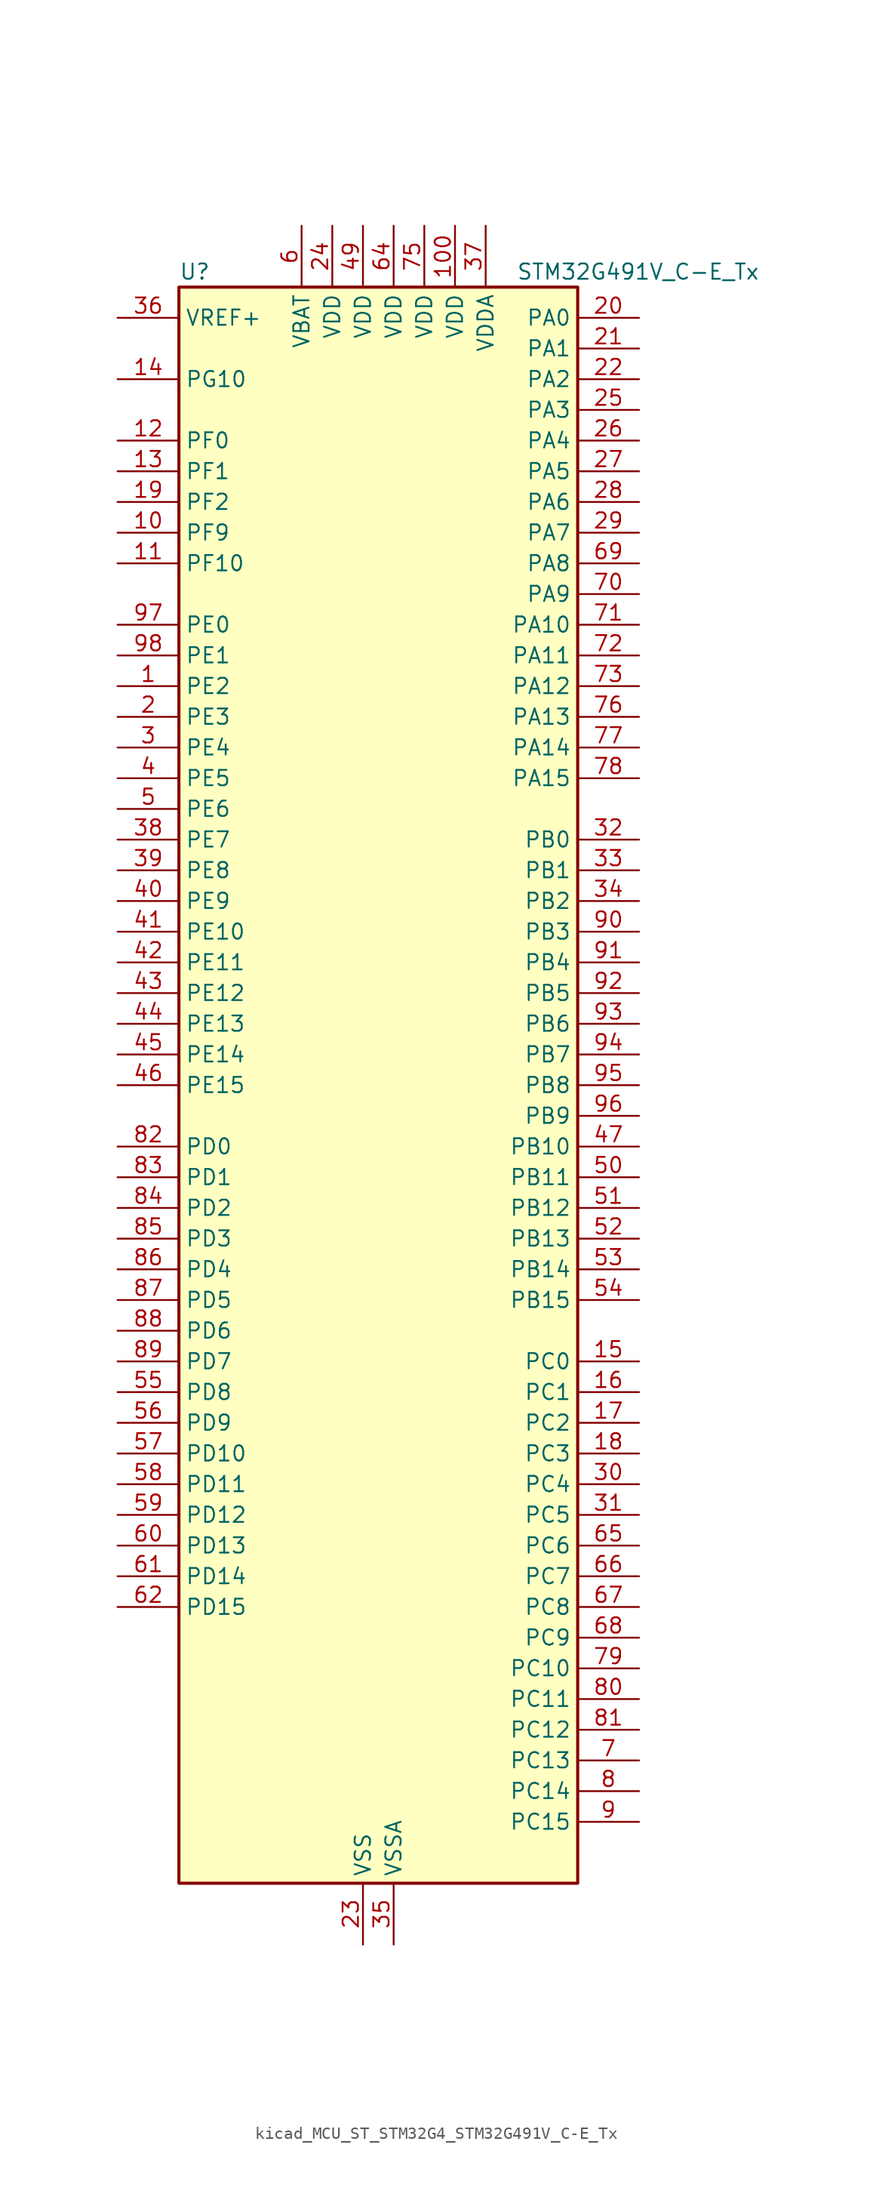
<source format=kicad_sym>
(kicad_symbol_lib
  (version 20220914)
  (generator kicad_symbol_editor)
  (symbol "kicad_MCU_ST_STM32G4_STM32G491V_C-E_Tx"
    (property "Reference" "U"
      (at -15.24 67.31 0)
      (effects (font (size 1.27 1.27)) (justify left)))
    (property "Value" "STM32G491V_C-E_Tx"
      (at 12.7 67.31 0)
      (effects (font (size 1.27 1.27)) (justify left)))
    (property "ki_locked" ""
      (at 0 0 0)
      (effects (font (size 1.27 1.27))))
    (symbol "kicad_MCU_ST_STM32G4_STM32G491V_C-E_Tx_0_1"
      (rectangle (start -15.24 -66.04) (end 17.78 66.04) (stroke (width 0.254) (type default)) (fill (type background))))
    (symbol "kicad_MCU_ST_STM32G4_STM32G491V_C-E_Tx_1_1"
      (pin bidirectional line (at -20.32 33.02 0) (length 5.08) (name "PE2" (effects (font (size 1.27 1.27)))) (number "1" (effects (font (size 1.27 1.27)))) (alternate "ADC3_EXTI2" bidirectional line) (alternate "SAI1_CK1" bidirectional line) (alternate "SAI1_MCLK_A" bidirectional line) (alternate "SYS_TRACECLK" bidirectional line) (alternate "TIM20_CH1" bidirectional line) (alternate "TIM3_CH1" bidirectional line))
      (pin bidirectional line (at -20.32 45.72 0) (length 5.08) (name "PF9" (effects (font (size 1.27 1.27)))) (number "10" (effects (font (size 1.27 1.27)))) (alternate "DAC1_EXTI9" bidirectional line) (alternate "DAC3_EXTI9" bidirectional line) (alternate "QUADSPI1_BK1_IO1" bidirectional line) (alternate "SAI1_FS_B" bidirectional line) (alternate "SPI2_SCK" bidirectional line) (alternate "TIM15_CH1" bidirectional line) (alternate "TIM20_BKIN" bidirectional line))
      (pin power_in line (at 7.62 71.12 270) (length 5.08) (name "VDD" (effects (font (size 1.27 1.27)))) (number "100" (effects (font (size 1.27 1.27)))))
      (pin bidirectional line (at -20.32 43.18 0) (length 5.08) (name "PF10" (effects (font (size 1.27 1.27)))) (number "11" (effects (font (size 1.27 1.27)))) (alternate "DAC1_EXTI10" bidirectional line) (alternate "DAC3_EXTI10" bidirectional line) (alternate "QUADSPI1_CLK" bidirectional line) (alternate "SAI1_D3" bidirectional line) (alternate "SPI2_SCK" bidirectional line) (alternate "TIM15_CH2" bidirectional line) (alternate "TIM20_BKIN2" bidirectional line))
      (pin bidirectional line (at -20.32 53.34 0) (length 5.08) (name "PF0" (effects (font (size 1.27 1.27)))) (number "12" (effects (font (size 1.27 1.27)))) (alternate "ADC1_IN10" bidirectional line) (alternate "I2C2_SDA" bidirectional line) (alternate "I2S2_WS" bidirectional line) (alternate "RCC_OSC_IN" bidirectional line) (alternate "SPI2_NSS" bidirectional line) (alternate "TIM1_CH3N" bidirectional line))
      (pin bidirectional line (at -20.32 50.8 0) (length 5.08) (name "PF1" (effects (font (size 1.27 1.27)))) (number "13" (effects (font (size 1.27 1.27)))) (alternate "ADC2_IN10" bidirectional line) (alternate "COMP3_INM" bidirectional line) (alternate "I2S2_CK" bidirectional line) (alternate "RCC_OSC_OUT" bidirectional line) (alternate "SPI2_SCK" bidirectional line))
      (pin bidirectional line (at -20.32 58.42 0) (length 5.08) (name "PG10" (effects (font (size 1.27 1.27)))) (number "14" (effects (font (size 1.27 1.27)))) (alternate "DAC1_EXTI10" bidirectional line) (alternate "DAC3_EXTI10" bidirectional line) (alternate "RCC_MCO" bidirectional line))
      (pin bidirectional line (at 22.86 -22.86 180) (length 5.08) (name "PC0" (effects (font (size 1.27 1.27)))) (number "15" (effects (font (size 1.27 1.27)))) (alternate "ADC1_IN6" bidirectional line) (alternate "ADC2_IN6" bidirectional line) (alternate "COMP3_INM" bidirectional line) (alternate "LPTIM1_IN1" bidirectional line) (alternate "LPUART1_RX" bidirectional line) (alternate "TIM1_CH1" bidirectional line))
      (pin bidirectional line (at 22.86 -25.4 180) (length 5.08) (name "PC1" (effects (font (size 1.27 1.27)))) (number "16" (effects (font (size 1.27 1.27)))) (alternate "ADC1_IN7" bidirectional line) (alternate "ADC2_IN7" bidirectional line) (alternate "COMP3_INP" bidirectional line) (alternate "LPTIM1_OUT" bidirectional line) (alternate "LPUART1_TX" bidirectional line) (alternate "QUADSPI1_BK2_IO0" bidirectional line) (alternate "SAI1_SD_A" bidirectional line) (alternate "TIM1_CH2" bidirectional line))
      (pin bidirectional line (at 22.86 -27.94 180) (length 5.08) (name "PC2" (effects (font (size 1.27 1.27)))) (number "17" (effects (font (size 1.27 1.27)))) (alternate "ADC1_IN8" bidirectional line) (alternate "ADC2_IN8" bidirectional line) (alternate "ADC3_EXTI2" bidirectional line) (alternate "COMP3_OUT" bidirectional line) (alternate "LPTIM1_IN2" bidirectional line) (alternate "QUADSPI1_BK2_IO1" bidirectional line) (alternate "TIM1_CH3" bidirectional line) (alternate "TIM20_CH2" bidirectional line))
      (pin bidirectional line (at 22.86 -30.48 180) (length 5.08) (name "PC3" (effects (font (size 1.27 1.27)))) (number "18" (effects (font (size 1.27 1.27)))) (alternate "ADC1_IN9" bidirectional line) (alternate "ADC2_IN9" bidirectional line) (alternate "ADC3_EXTI3" bidirectional line) (alternate "LPTIM1_ETR" bidirectional line) (alternate "QUADSPI1_BK2_IO2" bidirectional line) (alternate "SAI1_D1" bidirectional line) (alternate "SAI1_SD_A" bidirectional line) (alternate "TIM1_BKIN2" bidirectional line) (alternate "TIM1_CH4" bidirectional line))
      (pin bidirectional line (at -20.32 48.26 0) (length 5.08) (name "PF2" (effects (font (size 1.27 1.27)))) (number "19" (effects (font (size 1.27 1.27)))) (alternate "ADC3_EXTI2" bidirectional line) (alternate "I2C2_SMBA" bidirectional line) (alternate "TIM20_CH3" bidirectional line))
      (pin bidirectional line (at -20.32 30.48 0) (length 5.08) (name "PE3" (effects (font (size 1.27 1.27)))) (number "2" (effects (font (size 1.27 1.27)))) (alternate "ADC3_EXTI3" bidirectional line) (alternate "SAI1_SD_B" bidirectional line) (alternate "SYS_TRACED0" bidirectional line) (alternate "TIM20_CH2" bidirectional line) (alternate "TIM3_CH2" bidirectional line))
      (pin bidirectional line (at 22.86 63.5 180) (length 5.08) (name "PA0" (effects (font (size 1.27 1.27)))) (number "20" (effects (font (size 1.27 1.27)))) (alternate "ADC1_IN1" bidirectional line) (alternate "ADC2_IN1" bidirectional line) (alternate "COMP1_INM" bidirectional line) (alternate "COMP1_OUT" bidirectional line) (alternate "COMP3_INP" bidirectional line) (alternate "RTC_TAMP2" bidirectional line) (alternate "SYS_WKUP1" bidirectional line) (alternate "TIM2_CH1" bidirectional line) (alternate "TIM2_ETR" bidirectional line) (alternate "TIM8_BKIN" bidirectional line) (alternate "TIM8_ETR" bidirectional line) (alternate "USART2_CTS" bidirectional line) (alternate "USART2_NSS" bidirectional line))
      (pin bidirectional line (at 22.86 60.96 180) (length 5.08) (name "PA1" (effects (font (size 1.27 1.27)))) (number "21" (effects (font (size 1.27 1.27)))) (alternate "ADC1_IN2" bidirectional line) (alternate "ADC2_IN2" bidirectional line) (alternate "COMP1_INP" bidirectional line) (alternate "OPAMP1_VINP" bidirectional line) (alternate "OPAMP1_VINP_SEC" bidirectional line) (alternate "OPAMP3_VINP" bidirectional line) (alternate "OPAMP3_VINP_SEC" bidirectional line) (alternate "OPAMP6_VINM" bidirectional line) (alternate "OPAMP6_VINM0" bidirectional line) (alternate "OPAMP6_VINM_SEC" bidirectional line) (alternate "RTC_REFIN" bidirectional line) (alternate "TIM15_CH1N" bidirectional line) (alternate "TIM2_CH2" bidirectional line) (alternate "USART2_DE" bidirectional line) (alternate "USART2_RTS" bidirectional line))
      (pin bidirectional line (at 22.86 58.42 180) (length 5.08) (name "PA2" (effects (font (size 1.27 1.27)))) (number "22" (effects (font (size 1.27 1.27)))) (alternate "ADC1_IN3" bidirectional line) (alternate "ADC3_EXTI2" bidirectional line) (alternate "COMP2_INM" bidirectional line) (alternate "COMP2_OUT" bidirectional line) (alternate "LPUART1_TX" bidirectional line) (alternate "OPAMP1_VOUT" bidirectional line) (alternate "QUADSPI1_BK1_NCS" bidirectional line) (alternate "RCC_LSCO" bidirectional line) (alternate "SYS_WKUP4" bidirectional line) (alternate "TIM15_CH1" bidirectional line) (alternate "TIM2_CH3" bidirectional line) (alternate "UCPD1_FRSTX1" bidirectional line) (alternate "UCPD1_FRSTX2" bidirectional line) (alternate "USART2_TX" bidirectional line))
      (pin power_in line (at 0 -71.12 90) (length 5.08) (name "VSS" (effects (font (size 1.27 1.27)))) (number "23" (effects (font (size 1.27 1.27)))))
      (pin power_in line (at -2.54 71.12 270) (length 5.08) (name "VDD" (effects (font (size 1.27 1.27)))) (number "24" (effects (font (size 1.27 1.27)))))
      (pin bidirectional line (at 22.86 55.88 180) (length 5.08) (name "PA3" (effects (font (size 1.27 1.27)))) (number "25" (effects (font (size 1.27 1.27)))) (alternate "ADC1_IN4" bidirectional line) (alternate "ADC3_EXTI3" bidirectional line) (alternate "COMP2_INP" bidirectional line) (alternate "LPUART1_RX" bidirectional line) (alternate "OPAMP1_VINM" bidirectional line) (alternate "OPAMP1_VINM0" bidirectional line) (alternate "OPAMP1_VINM_SEC" bidirectional line) (alternate "OPAMP1_VINP" bidirectional line) (alternate "OPAMP1_VINP_SEC" bidirectional line) (alternate "QUADSPI1_CLK" bidirectional line) (alternate "SAI1_CK1" bidirectional line) (alternate "SAI1_MCLK_A" bidirectional line) (alternate "TIM15_CH2" bidirectional line) (alternate "TIM2_CH4" bidirectional line) (alternate "USART2_RX" bidirectional line))
      (pin bidirectional line (at 22.86 53.34 180) (length 5.08) (name "PA4" (effects (font (size 1.27 1.27)))) (number "26" (effects (font (size 1.27 1.27)))) (alternate "ADC2_IN17" bidirectional line) (alternate "COMP1_INM" bidirectional line) (alternate "DAC1_OUT1" bidirectional line) (alternate "I2S3_WS" bidirectional line) (alternate "SAI1_FS_B" bidirectional line) (alternate "SPI1_NSS" bidirectional line) (alternate "SPI3_NSS" bidirectional line) (alternate "TIM3_CH2" bidirectional line) (alternate "USART2_CK" bidirectional line))
      (pin bidirectional line (at 22.86 50.8 180) (length 5.08) (name "PA5" (effects (font (size 1.27 1.27)))) (number "27" (effects (font (size 1.27 1.27)))) (alternate "ADC2_IN13" bidirectional line) (alternate "COMP2_INM" bidirectional line) (alternate "DAC1_OUT2" bidirectional line) (alternate "OPAMP2_VINM" bidirectional line) (alternate "OPAMP2_VINM0" bidirectional line) (alternate "OPAMP2_VINM_SEC" bidirectional line) (alternate "SPI1_SCK" bidirectional line) (alternate "TIM2_CH1" bidirectional line) (alternate "TIM2_ETR" bidirectional line) (alternate "UCPD1_FRSTX1" bidirectional line) (alternate "UCPD1_FRSTX2" bidirectional line))
      (pin bidirectional line (at 22.86 48.26 180) (length 5.08) (name "PA6" (effects (font (size 1.27 1.27)))) (number "28" (effects (font (size 1.27 1.27)))) (alternate "ADC2_IN3" bidirectional line) (alternate "COMP1_OUT" bidirectional line) (alternate "LPUART1_CTS" bidirectional line) (alternate "OPAMP2_VOUT" bidirectional line) (alternate "QUADSPI1_BK1_IO3" bidirectional line) (alternate "SPI1_MISO" bidirectional line) (alternate "TIM16_CH1" bidirectional line) (alternate "TIM1_BKIN" bidirectional line) (alternate "TIM3_CH1" bidirectional line) (alternate "TIM8_BKIN" bidirectional line))
      (pin bidirectional line (at 22.86 45.72 180) (length 5.08) (name "PA7" (effects (font (size 1.27 1.27)))) (number "29" (effects (font (size 1.27 1.27)))) (alternate "ADC2_IN4" bidirectional line) (alternate "COMP2_INP" bidirectional line) (alternate "COMP2_OUT" bidirectional line) (alternate "OPAMP1_VINP" bidirectional line) (alternate "OPAMP1_VINP_SEC" bidirectional line) (alternate "OPAMP2_VINP" bidirectional line) (alternate "OPAMP2_VINP_SEC" bidirectional line) (alternate "QUADSPI1_BK1_IO2" bidirectional line) (alternate "SPI1_MOSI" bidirectional line) (alternate "TIM17_CH1" bidirectional line) (alternate "TIM1_CH1N" bidirectional line) (alternate "TIM3_CH2" bidirectional line) (alternate "TIM8_CH1N" bidirectional line) (alternate "UCPD1_FRSTX1" bidirectional line) (alternate "UCPD1_FRSTX2" bidirectional line))
      (pin bidirectional line (at -20.32 27.94 0) (length 5.08) (name "PE4" (effects (font (size 1.27 1.27)))) (number "3" (effects (font (size 1.27 1.27)))) (alternate "SAI1_D2" bidirectional line) (alternate "SAI1_FS_A" bidirectional line) (alternate "SYS_TRACED1" bidirectional line) (alternate "TIM20_CH1N" bidirectional line) (alternate "TIM3_CH3" bidirectional line))
      (pin bidirectional line (at 22.86 -33.02 180) (length 5.08) (name "PC4" (effects (font (size 1.27 1.27)))) (number "30" (effects (font (size 1.27 1.27)))) (alternate "ADC2_IN5" bidirectional line) (alternate "I2C2_SCL" bidirectional line) (alternate "QUADSPI1_BK2_IO3" bidirectional line) (alternate "TIM1_ETR" bidirectional line) (alternate "USART1_TX" bidirectional line))
      (pin bidirectional line (at 22.86 -35.56 180) (length 5.08) (name "PC5" (effects (font (size 1.27 1.27)))) (number "31" (effects (font (size 1.27 1.27)))) (alternate "ADC2_IN11" bidirectional line) (alternate "OPAMP1_VINM" bidirectional line) (alternate "OPAMP1_VINM1" bidirectional line) (alternate "OPAMP1_VINM_SEC" bidirectional line) (alternate "OPAMP2_VINM" bidirectional line) (alternate "OPAMP2_VINM1" bidirectional line) (alternate "OPAMP2_VINM_SEC" bidirectional line) (alternate "SAI1_D3" bidirectional line) (alternate "SYS_WKUP5" bidirectional line) (alternate "TIM15_BKIN" bidirectional line) (alternate "TIM1_CH4N" bidirectional line) (alternate "USART1_RX" bidirectional line))
      (pin bidirectional line (at 22.86 20.32 180) (length 5.08) (name "PB0" (effects (font (size 1.27 1.27)))) (number "32" (effects (font (size 1.27 1.27)))) (alternate "ADC1_IN15" bidirectional line) (alternate "ADC3_IN12" bidirectional line) (alternate "COMP4_INP" bidirectional line) (alternate "OPAMP2_VINP" bidirectional line) (alternate "OPAMP2_VINP_SEC" bidirectional line) (alternate "OPAMP3_VINP" bidirectional line) (alternate "OPAMP3_VINP_SEC" bidirectional line) (alternate "QUADSPI1_BK1_IO1" bidirectional line) (alternate "TIM1_CH2N" bidirectional line) (alternate "TIM3_CH3" bidirectional line) (alternate "TIM8_CH2N" bidirectional line) (alternate "UCPD1_FRSTX1" bidirectional line) (alternate "UCPD1_FRSTX2" bidirectional line))
      (pin bidirectional line (at 22.86 17.78 180) (length 5.08) (name "PB1" (effects (font (size 1.27 1.27)))) (number "33" (effects (font (size 1.27 1.27)))) (alternate "ADC1_IN12" bidirectional line) (alternate "ADC3_IN1" bidirectional line) (alternate "COMP1_INP" bidirectional line) (alternate "COMP4_OUT" bidirectional line) (alternate "LPUART1_DE" bidirectional line) (alternate "LPUART1_RTS" bidirectional line) (alternate "OPAMP3_VOUT" bidirectional line) (alternate "OPAMP6_VINM" bidirectional line) (alternate "OPAMP6_VINM1" bidirectional line) (alternate "OPAMP6_VINM_SEC" bidirectional line) (alternate "QUADSPI1_BK1_IO0" bidirectional line) (alternate "TIM1_CH3N" bidirectional line) (alternate "TIM3_CH4" bidirectional line) (alternate "TIM8_CH3N" bidirectional line))
      (pin bidirectional line (at 22.86 15.24 180) (length 5.08) (name "PB2" (effects (font (size 1.27 1.27)))) (number "34" (effects (font (size 1.27 1.27)))) (alternate "ADC2_IN12" bidirectional line) (alternate "ADC3_EXTI2" bidirectional line) (alternate "COMP4_INM" bidirectional line) (alternate "I2C3_SMBA" bidirectional line) (alternate "LPTIM1_OUT" bidirectional line) (alternate "OPAMP3_VINM" bidirectional line) (alternate "OPAMP3_VINM0" bidirectional line) (alternate "OPAMP3_VINM_SEC" bidirectional line) (alternate "QUADSPI1_BK2_IO1" bidirectional line) (alternate "RTC_OUT2" bidirectional line) (alternate "TIM20_CH1" bidirectional line))
      (pin power_in line (at 2.54 -71.12 90) (length 5.08) (name "VSSA" (effects (font (size 1.27 1.27)))) (number "35" (effects (font (size 1.27 1.27)))))
      (pin input line (at -20.32 63.5 0) (length 5.08) (name "VREF+" (effects (font (size 1.27 1.27)))) (number "36" (effects (font (size 1.27 1.27)))) (alternate "VREFBUF_OUT" bidirectional line))
      (pin power_in line (at 10.16 71.12 270) (length 5.08) (name "VDDA" (effects (font (size 1.27 1.27)))) (number "37" (effects (font (size 1.27 1.27)))))
      (pin bidirectional line (at -20.32 20.32 0) (length 5.08) (name "PE7" (effects (font (size 1.27 1.27)))) (number "38" (effects (font (size 1.27 1.27)))) (alternate "ADC3_IN4" bidirectional line) (alternate "COMP4_INP" bidirectional line) (alternate "SAI1_SD_B" bidirectional line) (alternate "TIM1_ETR" bidirectional line))
      (pin bidirectional line (at -20.32 17.78 0) (length 5.08) (name "PE8" (effects (font (size 1.27 1.27)))) (number "39" (effects (font (size 1.27 1.27)))) (alternate "ADC3_IN6" bidirectional line) (alternate "COMP4_INM" bidirectional line) (alternate "SAI1_SCK_B" bidirectional line) (alternate "TIM1_CH1N" bidirectional line))
      (pin bidirectional line (at -20.32 25.4 0) (length 5.08) (name "PE5" (effects (font (size 1.27 1.27)))) (number "4" (effects (font (size 1.27 1.27)))) (alternate "SAI1_CK2" bidirectional line) (alternate "SAI1_SCK_A" bidirectional line) (alternate "SYS_TRACED2" bidirectional line) (alternate "TIM20_CH2N" bidirectional line) (alternate "TIM3_CH4" bidirectional line))
      (pin bidirectional line (at -20.32 15.24 0) (length 5.08) (name "PE9" (effects (font (size 1.27 1.27)))) (number "40" (effects (font (size 1.27 1.27)))) (alternate "ADC3_IN2" bidirectional line) (alternate "DAC1_EXTI9" bidirectional line) (alternate "DAC3_EXTI9" bidirectional line) (alternate "SAI1_FS_B" bidirectional line) (alternate "TIM1_CH1" bidirectional line))
      (pin bidirectional line (at -20.32 12.7 0) (length 5.08) (name "PE10" (effects (font (size 1.27 1.27)))) (number "41" (effects (font (size 1.27 1.27)))) (alternate "ADC3_IN14" bidirectional line) (alternate "DAC1_EXTI10" bidirectional line) (alternate "DAC3_EXTI10" bidirectional line) (alternate "QUADSPI1_CLK" bidirectional line) (alternate "SAI1_MCLK_B" bidirectional line) (alternate "TIM1_CH2N" bidirectional line))
      (pin bidirectional line (at -20.32 10.16 0) (length 5.08) (name "PE11" (effects (font (size 1.27 1.27)))) (number "42" (effects (font (size 1.27 1.27)))) (alternate "ADC1_EXTI11" bidirectional line) (alternate "ADC2_EXTI11" bidirectional line) (alternate "ADC3_IN15" bidirectional line) (alternate "QUADSPI1_BK1_NCS" bidirectional line) (alternate "TIM1_CH2" bidirectional line))
      (pin bidirectional line (at -20.32 7.62 0) (length 5.08) (name "PE12" (effects (font (size 1.27 1.27)))) (number "43" (effects (font (size 1.27 1.27)))) (alternate "ADC3_IN16" bidirectional line) (alternate "QUADSPI1_BK1_IO0" bidirectional line) (alternate "TIM1_CH3N" bidirectional line))
      (pin bidirectional line (at -20.32 5.08 0) (length 5.08) (name "PE13" (effects (font (size 1.27 1.27)))) (number "44" (effects (font (size 1.27 1.27)))) (alternate "ADC3_IN3" bidirectional line) (alternate "QUADSPI1_BK1_IO1" bidirectional line) (alternate "TIM1_CH3" bidirectional line))
      (pin bidirectional line (at -20.32 2.54 0) (length 5.08) (name "PE14" (effects (font (size 1.27 1.27)))) (number "45" (effects (font (size 1.27 1.27)))) (alternate "QUADSPI1_BK1_IO2" bidirectional line) (alternate "TIM1_BKIN2" bidirectional line) (alternate "TIM1_CH4" bidirectional line))
      (pin bidirectional line (at -20.32 0 0) (length 5.08) (name "PE15" (effects (font (size 1.27 1.27)))) (number "46" (effects (font (size 1.27 1.27)))) (alternate "ADC1_EXTI15" bidirectional line) (alternate "ADC2_EXTI15" bidirectional line) (alternate "QUADSPI1_BK1_IO3" bidirectional line) (alternate "TIM1_BKIN" bidirectional line) (alternate "TIM1_CH4N" bidirectional line) (alternate "USART3_RX" bidirectional line))
      (pin bidirectional line (at 22.86 -5.08 180) (length 5.08) (name "PB10" (effects (font (size 1.27 1.27)))) (number "47" (effects (font (size 1.27 1.27)))) (alternate "DAC1_EXTI10" bidirectional line) (alternate "DAC3_EXTI10" bidirectional line) (alternate "LPUART1_RX" bidirectional line) (alternate "OPAMP3_VINM" bidirectional line) (alternate "OPAMP3_VINM1" bidirectional line) (alternate "OPAMP3_VINM_SEC" bidirectional line) (alternate "QUADSPI1_CLK" bidirectional line) (alternate "SAI1_SCK_A" bidirectional line) (alternate "TIM1_BKIN" bidirectional line) (alternate "TIM2_CH3" bidirectional line) (alternate "USART3_TX" bidirectional line))
      (pin passive line (at 0 -71.12 90) (length 5.08) hide (name "VSS" (effects (font (size 1.27 1.27)))) (number "48" (effects (font (size 1.27 1.27)))))
      (pin power_in line (at 0 71.12 270) (length 5.08) (name "VDD" (effects (font (size 1.27 1.27)))) (number "49" (effects (font (size 1.27 1.27)))))
      (pin bidirectional line (at -20.32 22.86 0) (length 5.08) (name "PE6" (effects (font (size 1.27 1.27)))) (number "5" (effects (font (size 1.27 1.27)))) (alternate "RTC_TAMP3" bidirectional line) (alternate "SAI1_D1" bidirectional line) (alternate "SAI1_SD_A" bidirectional line) (alternate "SYS_TRACED3" bidirectional line) (alternate "SYS_WKUP3" bidirectional line) (alternate "TIM20_CH3N" bidirectional line))
      (pin bidirectional line (at 22.86 -7.62 180) (length 5.08) (name "PB11" (effects (font (size 1.27 1.27)))) (number "50" (effects (font (size 1.27 1.27)))) (alternate "ADC1_EXTI11" bidirectional line) (alternate "ADC1_IN14" bidirectional line) (alternate "ADC2_EXTI11" bidirectional line) (alternate "ADC2_IN14" bidirectional line) (alternate "LPUART1_TX" bidirectional line) (alternate "OPAMP6_VOUT" bidirectional line) (alternate "QUADSPI1_BK1_NCS" bidirectional line) (alternate "TIM2_CH4" bidirectional line) (alternate "USART3_RX" bidirectional line))
      (pin bidirectional line (at 22.86 -10.16 180) (length 5.08) (name "PB12" (effects (font (size 1.27 1.27)))) (number "51" (effects (font (size 1.27 1.27)))) (alternate "ADC1_IN11" bidirectional line) (alternate "FDCAN2_RX" bidirectional line) (alternate "I2C2_SMBA" bidirectional line) (alternate "I2S2_WS" bidirectional line) (alternate "LPUART1_DE" bidirectional line) (alternate "LPUART1_RTS" bidirectional line) (alternate "OPAMP6_VINP" bidirectional line) (alternate "OPAMP6_VINP_SEC" bidirectional line) (alternate "SPI2_NSS" bidirectional line) (alternate "TIM1_BKIN" bidirectional line) (alternate "USART3_CK" bidirectional line))
      (pin bidirectional line (at 22.86 -12.7 180) (length 5.08) (name "PB13" (effects (font (size 1.27 1.27)))) (number "52" (effects (font (size 1.27 1.27)))) (alternate "ADC3_IN5" bidirectional line) (alternate "FDCAN2_TX" bidirectional line) (alternate "I2S2_CK" bidirectional line) (alternate "LPUART1_CTS" bidirectional line) (alternate "OPAMP3_VINP" bidirectional line) (alternate "OPAMP3_VINP_SEC" bidirectional line) (alternate "OPAMP6_VINP" bidirectional line) (alternate "OPAMP6_VINP_SEC" bidirectional line) (alternate "SPI2_SCK" bidirectional line) (alternate "TIM1_CH1N" bidirectional line) (alternate "USART3_CTS" bidirectional line) (alternate "USART3_NSS" bidirectional line))
      (pin bidirectional line (at 22.86 -15.24 180) (length 5.08) (name "PB14" (effects (font (size 1.27 1.27)))) (number "53" (effects (font (size 1.27 1.27)))) (alternate "ADC1_IN5" bidirectional line) (alternate "COMP4_OUT" bidirectional line) (alternate "OPAMP2_VINP" bidirectional line) (alternate "OPAMP2_VINP_SEC" bidirectional line) (alternate "SPI2_MISO" bidirectional line) (alternate "TIM15_CH1" bidirectional line) (alternate "TIM1_CH2N" bidirectional line) (alternate "USART3_DE" bidirectional line) (alternate "USART3_RTS" bidirectional line))
      (pin bidirectional line (at 22.86 -17.78 180) (length 5.08) (name "PB15" (effects (font (size 1.27 1.27)))) (number "54" (effects (font (size 1.27 1.27)))) (alternate "ADC1_EXTI15" bidirectional line) (alternate "ADC2_EXTI15" bidirectional line) (alternate "ADC2_IN15" bidirectional line) (alternate "COMP3_OUT" bidirectional line) (alternate "I2S2_SD" bidirectional line) (alternate "RTC_REFIN" bidirectional line) (alternate "SPI2_MOSI" bidirectional line) (alternate "TIM15_CH1N" bidirectional line) (alternate "TIM15_CH2" bidirectional line) (alternate "TIM1_CH3N" bidirectional line))
      (pin bidirectional line (at -20.32 -25.4 0) (length 5.08) (name "PD8" (effects (font (size 1.27 1.27)))) (number "55" (effects (font (size 1.27 1.27)))) (alternate "USART3_TX" bidirectional line))
      (pin bidirectional line (at -20.32 -27.94 0) (length 5.08) (name "PD9" (effects (font (size 1.27 1.27)))) (number "56" (effects (font (size 1.27 1.27)))) (alternate "DAC1_EXTI9" bidirectional line) (alternate "DAC3_EXTI9" bidirectional line) (alternate "OPAMP6_VINP" bidirectional line) (alternate "OPAMP6_VINP_SEC" bidirectional line) (alternate "USART3_RX" bidirectional line))
      (pin bidirectional line (at -20.32 -30.48 0) (length 5.08) (name "PD10" (effects (font (size 1.27 1.27)))) (number "57" (effects (font (size 1.27 1.27)))) (alternate "ADC3_IN7" bidirectional line) (alternate "DAC1_EXTI10" bidirectional line) (alternate "DAC3_EXTI10" bidirectional line) (alternate "USART3_CK" bidirectional line))
      (pin bidirectional line (at -20.32 -33.02 0) (length 5.08) (name "PD11" (effects (font (size 1.27 1.27)))) (number "58" (effects (font (size 1.27 1.27)))) (alternate "ADC1_EXTI11" bidirectional line) (alternate "ADC2_EXTI11" bidirectional line) (alternate "ADC3_IN8" bidirectional line) (alternate "USART3_CTS" bidirectional line) (alternate "USART3_NSS" bidirectional line))
      (pin bidirectional line (at -20.32 -35.56 0) (length 5.08) (name "PD12" (effects (font (size 1.27 1.27)))) (number "59" (effects (font (size 1.27 1.27)))) (alternate "ADC3_IN9" bidirectional line) (alternate "TIM4_CH1" bidirectional line) (alternate "USART3_DE" bidirectional line) (alternate "USART3_RTS" bidirectional line))
      (pin power_in line (at -5.08 71.12 270) (length 5.08) (name "VBAT" (effects (font (size 1.27 1.27)))) (number "6" (effects (font (size 1.27 1.27)))))
      (pin bidirectional line (at -20.32 -38.1 0) (length 5.08) (name "PD13" (effects (font (size 1.27 1.27)))) (number "60" (effects (font (size 1.27 1.27)))) (alternate "ADC3_IN10" bidirectional line) (alternate "TIM4_CH2" bidirectional line))
      (pin bidirectional line (at -20.32 -40.64 0) (length 5.08) (name "PD14" (effects (font (size 1.27 1.27)))) (number "61" (effects (font (size 1.27 1.27)))) (alternate "ADC3_IN11" bidirectional line) (alternate "OPAMP2_VINP" bidirectional line) (alternate "OPAMP2_VINP_SEC" bidirectional line) (alternate "TIM4_CH3" bidirectional line))
      (pin bidirectional line (at -20.32 -43.18 0) (length 5.08) (name "PD15" (effects (font (size 1.27 1.27)))) (number "62" (effects (font (size 1.27 1.27)))) (alternate "ADC1_EXTI15" bidirectional line) (alternate "ADC2_EXTI15" bidirectional line) (alternate "SPI2_NSS" bidirectional line) (alternate "TIM4_CH4" bidirectional line))
      (pin passive line (at 0 -71.12 90) (length 5.08) hide (name "VSS" (effects (font (size 1.27 1.27)))) (number "63" (effects (font (size 1.27 1.27)))))
      (pin power_in line (at 2.54 71.12 270) (length 5.08) (name "VDD" (effects (font (size 1.27 1.27)))) (number "64" (effects (font (size 1.27 1.27)))))
      (pin bidirectional line (at 22.86 -38.1 180) (length 5.08) (name "PC6" (effects (font (size 1.27 1.27)))) (number "65" (effects (font (size 1.27 1.27)))) (alternate "I2S2_MCK" bidirectional line) (alternate "TIM3_CH1" bidirectional line) (alternate "TIM8_CH1" bidirectional line))
      (pin bidirectional line (at 22.86 -40.64 180) (length 5.08) (name "PC7" (effects (font (size 1.27 1.27)))) (number "66" (effects (font (size 1.27 1.27)))) (alternate "I2S3_MCK" bidirectional line) (alternate "TIM3_CH2" bidirectional line) (alternate "TIM8_CH2" bidirectional line))
      (pin bidirectional line (at 22.86 -43.18 180) (length 5.08) (name "PC8" (effects (font (size 1.27 1.27)))) (number "67" (effects (font (size 1.27 1.27)))) (alternate "I2C3_SCL" bidirectional line) (alternate "TIM20_CH3" bidirectional line) (alternate "TIM3_CH3" bidirectional line) (alternate "TIM8_CH3" bidirectional line))
      (pin bidirectional line (at 22.86 -45.72 180) (length 5.08) (name "PC9" (effects (font (size 1.27 1.27)))) (number "68" (effects (font (size 1.27 1.27)))) (alternate "DAC1_EXTI9" bidirectional line) (alternate "DAC3_EXTI9" bidirectional line) (alternate "I2C3_SDA" bidirectional line) (alternate "I2S_CKIN" bidirectional line) (alternate "TIM3_CH4" bidirectional line) (alternate "TIM8_BKIN2" bidirectional line) (alternate "TIM8_CH4" bidirectional line))
      (pin bidirectional line (at 22.86 43.18 180) (length 5.08) (name "PA8" (effects (font (size 1.27 1.27)))) (number "69" (effects (font (size 1.27 1.27)))) (alternate "I2C2_SDA" bidirectional line) (alternate "I2C3_SCL" bidirectional line) (alternate "I2S2_MCK" bidirectional line) (alternate "RCC_MCO" bidirectional line) (alternate "SAI1_CK2" bidirectional line) (alternate "SAI1_SCK_A" bidirectional line) (alternate "TIM1_CH1" bidirectional line) (alternate "TIM4_ETR" bidirectional line) (alternate "USART1_CK" bidirectional line))
      (pin bidirectional line (at 22.86 -55.88 180) (length 5.08) (name "PC13" (effects (font (size 1.27 1.27)))) (number "7" (effects (font (size 1.27 1.27)))) (alternate "RTC_OUT1" bidirectional line) (alternate "RTC_TAMP1" bidirectional line) (alternate "RTC_TS" bidirectional line) (alternate "SYS_WKUP2" bidirectional line) (alternate "TIM1_BKIN" bidirectional line) (alternate "TIM1_CH1N" bidirectional line) (alternate "TIM8_CH4N" bidirectional line))
      (pin bidirectional line (at 22.86 40.64 180) (length 5.08) (name "PA9" (effects (font (size 1.27 1.27)))) (number "70" (effects (font (size 1.27 1.27)))) (alternate "DAC1_EXTI9" bidirectional line) (alternate "DAC3_EXTI9" bidirectional line) (alternate "I2C2_SCL" bidirectional line) (alternate "I2C3_SMBA" bidirectional line) (alternate "I2S3_MCK" bidirectional line) (alternate "SAI1_FS_A" bidirectional line) (alternate "TIM15_BKIN" bidirectional line) (alternate "TIM1_CH2" bidirectional line) (alternate "TIM2_CH3" bidirectional line) (alternate "UCPD1_DBCC1" bidirectional line) (alternate "USART1_TX" bidirectional line))
      (pin bidirectional line (at 22.86 38.1 180) (length 5.08) (name "PA10" (effects (font (size 1.27 1.27)))) (number "71" (effects (font (size 1.27 1.27)))) (alternate "CRS_SYNC" bidirectional line) (alternate "DAC1_EXTI10" bidirectional line) (alternate "DAC3_EXTI10" bidirectional line) (alternate "I2C2_SMBA" bidirectional line) (alternate "SAI1_D1" bidirectional line) (alternate "SAI1_SD_A" bidirectional line) (alternate "SPI2_MISO" bidirectional line) (alternate "TIM17_BKIN" bidirectional line) (alternate "TIM1_CH3" bidirectional line) (alternate "TIM2_CH4" bidirectional line) (alternate "TIM8_BKIN" bidirectional line) (alternate "UCPD1_DBCC2" bidirectional line) (alternate "USART1_RX" bidirectional line))
      (pin bidirectional line (at 22.86 35.56 180) (length 5.08) (name "PA11" (effects (font (size 1.27 1.27)))) (number "72" (effects (font (size 1.27 1.27)))) (alternate "ADC1_EXTI11" bidirectional line) (alternate "ADC2_EXTI11" bidirectional line) (alternate "COMP1_OUT" bidirectional line) (alternate "FDCAN1_RX" bidirectional line) (alternate "I2S2_SD" bidirectional line) (alternate "SPI2_MOSI" bidirectional line) (alternate "TIM1_BKIN2" bidirectional line) (alternate "TIM1_CH1N" bidirectional line) (alternate "TIM1_CH4" bidirectional line) (alternate "TIM4_CH1" bidirectional line) (alternate "USART1_CTS" bidirectional line) (alternate "USART1_NSS" bidirectional line) (alternate "USB_DM" bidirectional line))
      (pin bidirectional line (at 22.86 33.02 180) (length 5.08) (name "PA12" (effects (font (size 1.27 1.27)))) (number "73" (effects (font (size 1.27 1.27)))) (alternate "COMP2_OUT" bidirectional line) (alternate "FDCAN1_TX" bidirectional line) (alternate "I2S_CKIN" bidirectional line) (alternate "TIM16_CH1" bidirectional line) (alternate "TIM1_CH2N" bidirectional line) (alternate "TIM1_ETR" bidirectional line) (alternate "TIM4_CH2" bidirectional line) (alternate "USART1_DE" bidirectional line) (alternate "USART1_RTS" bidirectional line) (alternate "USB_DP" bidirectional line))
      (pin passive line (at 0 -71.12 90) (length 5.08) hide (name "VSS" (effects (font (size 1.27 1.27)))) (number "74" (effects (font (size 1.27 1.27)))))
      (pin power_in line (at 5.08 71.12 270) (length 5.08) (name "VDD" (effects (font (size 1.27 1.27)))) (number "75" (effects (font (size 1.27 1.27)))))
      (pin bidirectional line (at 22.86 30.48 180) (length 5.08) (name "PA13" (effects (font (size 1.27 1.27)))) (number "76" (effects (font (size 1.27 1.27)))) (alternate "I2C1_SCL" bidirectional line) (alternate "IR_OUT" bidirectional line) (alternate "SAI1_SD_B" bidirectional line) (alternate "SYS_JTMS-SWDIO" bidirectional line) (alternate "TIM16_CH1N" bidirectional line) (alternate "TIM4_CH3" bidirectional line) (alternate "USART3_CTS" bidirectional line) (alternate "USART3_NSS" bidirectional line))
      (pin bidirectional line (at 22.86 27.94 180) (length 5.08) (name "PA14" (effects (font (size 1.27 1.27)))) (number "77" (effects (font (size 1.27 1.27)))) (alternate "I2C1_SDA" bidirectional line) (alternate "LPTIM1_OUT" bidirectional line) (alternate "SAI1_FS_B" bidirectional line) (alternate "SYS_JTCK-SWCLK" bidirectional line) (alternate "TIM1_BKIN" bidirectional line) (alternate "TIM8_CH2" bidirectional line) (alternate "USART2_TX" bidirectional line))
      (pin bidirectional line (at 22.86 25.4 180) (length 5.08) (name "PA15" (effects (font (size 1.27 1.27)))) (number "78" (effects (font (size 1.27 1.27)))) (alternate "ADC1_EXTI15" bidirectional line) (alternate "ADC2_EXTI15" bidirectional line) (alternate "I2C1_SCL" bidirectional line) (alternate "I2S3_WS" bidirectional line) (alternate "SPI1_NSS" bidirectional line) (alternate "SPI3_NSS" bidirectional line) (alternate "SYS_JTDI" bidirectional line) (alternate "TIM1_BKIN" bidirectional line) (alternate "TIM20_ETR" bidirectional line) (alternate "TIM2_CH1" bidirectional line) (alternate "TIM2_ETR" bidirectional line) (alternate "TIM8_CH1" bidirectional line) (alternate "UART4_DE" bidirectional line) (alternate "UART4_RTS" bidirectional line) (alternate "USART2_RX" bidirectional line))
      (pin bidirectional line (at 22.86 -48.26 180) (length 5.08) (name "PC10" (effects (font (size 1.27 1.27)))) (number "79" (effects (font (size 1.27 1.27)))) (alternate "DAC1_EXTI10" bidirectional line) (alternate "DAC3_EXTI10" bidirectional line) (alternate "I2S3_CK" bidirectional line) (alternate "SPI3_SCK" bidirectional line) (alternate "TIM8_CH1N" bidirectional line) (alternate "UART4_TX" bidirectional line) (alternate "USART3_TX" bidirectional line))
      (pin bidirectional line (at 22.86 -58.42 180) (length 5.08) (name "PC14" (effects (font (size 1.27 1.27)))) (number "8" (effects (font (size 1.27 1.27)))) (alternate "RCC_OSC32_IN" bidirectional line))
      (pin bidirectional line (at 22.86 -50.8 180) (length 5.08) (name "PC11" (effects (font (size 1.27 1.27)))) (number "80" (effects (font (size 1.27 1.27)))) (alternate "ADC1_EXTI11" bidirectional line) (alternate "ADC2_EXTI11" bidirectional line) (alternate "I2C3_SDA" bidirectional line) (alternate "SPI3_MISO" bidirectional line) (alternate "TIM8_CH2N" bidirectional line) (alternate "UART4_RX" bidirectional line) (alternate "USART3_RX" bidirectional line))
      (pin bidirectional line (at 22.86 -53.34 180) (length 5.08) (name "PC12" (effects (font (size 1.27 1.27)))) (number "81" (effects (font (size 1.27 1.27)))) (alternate "I2S3_SD" bidirectional line) (alternate "SPI3_MOSI" bidirectional line) (alternate "TIM8_CH3N" bidirectional line) (alternate "UART5_TX" bidirectional line) (alternate "UCPD1_FRSTX1" bidirectional line) (alternate "UCPD1_FRSTX2" bidirectional line) (alternate "USART3_CK" bidirectional line))
      (pin bidirectional line (at -20.32 -5.08 0) (length 5.08) (name "PD0" (effects (font (size 1.27 1.27)))) (number "82" (effects (font (size 1.27 1.27)))) (alternate "FDCAN1_RX" bidirectional line) (alternate "TIM8_CH4N" bidirectional line))
      (pin bidirectional line (at -20.32 -7.62 0) (length 5.08) (name "PD1" (effects (font (size 1.27 1.27)))) (number "83" (effects (font (size 1.27 1.27)))) (alternate "FDCAN1_TX" bidirectional line) (alternate "TIM8_BKIN2" bidirectional line) (alternate "TIM8_CH4" bidirectional line))
      (pin bidirectional line (at -20.32 -10.16 0) (length 5.08) (name "PD2" (effects (font (size 1.27 1.27)))) (number "84" (effects (font (size 1.27 1.27)))) (alternate "ADC3_EXTI2" bidirectional line) (alternate "TIM3_ETR" bidirectional line) (alternate "TIM8_BKIN" bidirectional line) (alternate "UART5_RX" bidirectional line))
      (pin bidirectional line (at -20.32 -12.7 0) (length 5.08) (name "PD3" (effects (font (size 1.27 1.27)))) (number "85" (effects (font (size 1.27 1.27)))) (alternate "ADC3_EXTI3" bidirectional line) (alternate "QUADSPI1_BK2_NCS" bidirectional line) (alternate "TIM2_CH1" bidirectional line) (alternate "TIM2_ETR" bidirectional line) (alternate "USART2_CTS" bidirectional line) (alternate "USART2_NSS" bidirectional line))
      (pin bidirectional line (at -20.32 -15.24 0) (length 5.08) (name "PD4" (effects (font (size 1.27 1.27)))) (number "86" (effects (font (size 1.27 1.27)))) (alternate "QUADSPI1_BK2_IO0" bidirectional line) (alternate "TIM2_CH2" bidirectional line) (alternate "USART2_DE" bidirectional line) (alternate "USART2_RTS" bidirectional line))
      (pin bidirectional line (at -20.32 -17.78 0) (length 5.08) (name "PD5" (effects (font (size 1.27 1.27)))) (number "87" (effects (font (size 1.27 1.27)))) (alternate "QUADSPI1_BK2_IO1" bidirectional line) (alternate "USART2_TX" bidirectional line))
      (pin bidirectional line (at -20.32 -20.32 0) (length 5.08) (name "PD6" (effects (font (size 1.27 1.27)))) (number "88" (effects (font (size 1.27 1.27)))) (alternate "QUADSPI1_BK2_IO2" bidirectional line) (alternate "SAI1_D1" bidirectional line) (alternate "SAI1_SD_A" bidirectional line) (alternate "TIM2_CH4" bidirectional line) (alternate "USART2_RX" bidirectional line))
      (pin bidirectional line (at -20.32 -22.86 0) (length 5.08) (name "PD7" (effects (font (size 1.27 1.27)))) (number "89" (effects (font (size 1.27 1.27)))) (alternate "QUADSPI1_BK2_IO3" bidirectional line) (alternate "TIM2_CH3" bidirectional line) (alternate "USART2_CK" bidirectional line))
      (pin bidirectional line (at 22.86 -60.96 180) (length 5.08) (name "PC15" (effects (font (size 1.27 1.27)))) (number "9" (effects (font (size 1.27 1.27)))) (alternate "ADC1_EXTI15" bidirectional line) (alternate "ADC2_EXTI15" bidirectional line) (alternate "RCC_OSC32_OUT" bidirectional line))
      (pin bidirectional line (at 22.86 12.7 180) (length 5.08) (name "PB3" (effects (font (size 1.27 1.27)))) (number "90" (effects (font (size 1.27 1.27)))) (alternate "ADC3_EXTI3" bidirectional line) (alternate "CRS_SYNC" bidirectional line) (alternate "I2S3_CK" bidirectional line) (alternate "SAI1_SCK_B" bidirectional line) (alternate "SPI1_SCK" bidirectional line) (alternate "SPI3_SCK" bidirectional line) (alternate "SYS_JTDO-SWO" bidirectional line) (alternate "TIM2_CH2" bidirectional line) (alternate "TIM3_ETR" bidirectional line) (alternate "TIM4_ETR" bidirectional line) (alternate "TIM8_CH1N" bidirectional line) (alternate "USART2_TX" bidirectional line))
      (pin bidirectional line (at 22.86 10.16 180) (length 5.08) (name "PB4" (effects (font (size 1.27 1.27)))) (number "91" (effects (font (size 1.27 1.27)))) (alternate "SAI1_MCLK_B" bidirectional line) (alternate "SPI1_MISO" bidirectional line) (alternate "SPI3_MISO" bidirectional line) (alternate "SYS_JTRST" bidirectional line) (alternate "TIM16_CH1" bidirectional line) (alternate "TIM17_BKIN" bidirectional line) (alternate "TIM3_CH1" bidirectional line) (alternate "TIM8_CH2N" bidirectional line) (alternate "UART5_DE" bidirectional line) (alternate "UART5_RTS" bidirectional line) (alternate "UCPD1_CC2" bidirectional line) (alternate "USART2_RX" bidirectional line))
      (pin bidirectional line (at 22.86 7.62 180) (length 5.08) (name "PB5" (effects (font (size 1.27 1.27)))) (number "92" (effects (font (size 1.27 1.27)))) (alternate "FDCAN2_RX" bidirectional line) (alternate "I2C1_SMBA" bidirectional line) (alternate "I2C3_SDA" bidirectional line) (alternate "I2S3_SD" bidirectional line) (alternate "LPTIM1_IN1" bidirectional line) (alternate "SAI1_SD_B" bidirectional line) (alternate "SPI1_MOSI" bidirectional line) (alternate "SPI3_MOSI" bidirectional line) (alternate "TIM16_BKIN" bidirectional line) (alternate "TIM17_CH1" bidirectional line) (alternate "TIM3_CH2" bidirectional line) (alternate "TIM8_CH3N" bidirectional line) (alternate "UART5_CTS" bidirectional line) (alternate "USART2_CK" bidirectional line))
      (pin bidirectional line (at 22.86 5.08 180) (length 5.08) (name "PB6" (effects (font (size 1.27 1.27)))) (number "93" (effects (font (size 1.27 1.27)))) (alternate "COMP4_OUT" bidirectional line) (alternate "FDCAN2_TX" bidirectional line) (alternate "LPTIM1_ETR" bidirectional line) (alternate "SAI1_FS_B" bidirectional line) (alternate "TIM16_CH1N" bidirectional line) (alternate "TIM4_CH1" bidirectional line) (alternate "TIM8_BKIN2" bidirectional line) (alternate "TIM8_CH1" bidirectional line) (alternate "TIM8_ETR" bidirectional line) (alternate "UCPD1_CC1" bidirectional line) (alternate "USART1_TX" bidirectional line))
      (pin bidirectional line (at 22.86 2.54 180) (length 5.08) (name "PB7" (effects (font (size 1.27 1.27)))) (number "94" (effects (font (size 1.27 1.27)))) (alternate "COMP3_OUT" bidirectional line) (alternate "I2C1_SDA" bidirectional line) (alternate "LPTIM1_IN2" bidirectional line) (alternate "SYS_PVD_IN" bidirectional line) (alternate "TIM17_CH1N" bidirectional line) (alternate "TIM3_CH4" bidirectional line) (alternate "TIM4_CH2" bidirectional line) (alternate "TIM8_BKIN" bidirectional line) (alternate "UART4_CTS" bidirectional line) (alternate "USART1_RX" bidirectional line))
      (pin bidirectional line (at 22.86 0 180) (length 5.08) (name "PB8" (effects (font (size 1.27 1.27)))) (number "95" (effects (font (size 1.27 1.27)))) (alternate "COMP1_OUT" bidirectional line) (alternate "FDCAN1_RX" bidirectional line) (alternate "I2C1_SCL" bidirectional line) (alternate "SAI1_CK1" bidirectional line) (alternate "SAI1_MCLK_A" bidirectional line) (alternate "TIM16_CH1" bidirectional line) (alternate "TIM1_BKIN" bidirectional line) (alternate "TIM4_CH3" bidirectional line) (alternate "TIM8_CH2" bidirectional line) (alternate "USART3_RX" bidirectional line))
      (pin bidirectional line (at 22.86 -2.54 180) (length 5.08) (name "PB9" (effects (font (size 1.27 1.27)))) (number "96" (effects (font (size 1.27 1.27)))) (alternate "COMP2_OUT" bidirectional line) (alternate "DAC1_EXTI9" bidirectional line) (alternate "DAC3_EXTI9" bidirectional line) (alternate "FDCAN1_TX" bidirectional line) (alternate "I2C1_SDA" bidirectional line) (alternate "IR_OUT" bidirectional line) (alternate "SAI1_D2" bidirectional line) (alternate "SAI1_FS_A" bidirectional line) (alternate "TIM17_CH1" bidirectional line) (alternate "TIM1_CH3N" bidirectional line) (alternate "TIM4_CH4" bidirectional line) (alternate "TIM8_CH3" bidirectional line) (alternate "USART3_TX" bidirectional line))
      (pin bidirectional line (at -20.32 38.1 0) (length 5.08) (name "PE0" (effects (font (size 1.27 1.27)))) (number "97" (effects (font (size 1.27 1.27)))) (alternate "TIM16_CH1" bidirectional line) (alternate "TIM20_CH4N" bidirectional line) (alternate "TIM20_ETR" bidirectional line) (alternate "TIM4_ETR" bidirectional line) (alternate "USART1_TX" bidirectional line))
      (pin bidirectional line (at -20.32 35.56 0) (length 5.08) (name "PE1" (effects (font (size 1.27 1.27)))) (number "98" (effects (font (size 1.27 1.27)))) (alternate "TIM17_CH1" bidirectional line) (alternate "TIM20_CH4" bidirectional line) (alternate "USART1_RX" bidirectional line))
      (pin passive line (at 0 -71.12 90) (length 5.08) hide (name "VSS" (effects (font (size 1.27 1.27)))) (number "99" (effects (font (size 1.27 1.27))))))))
</source>
